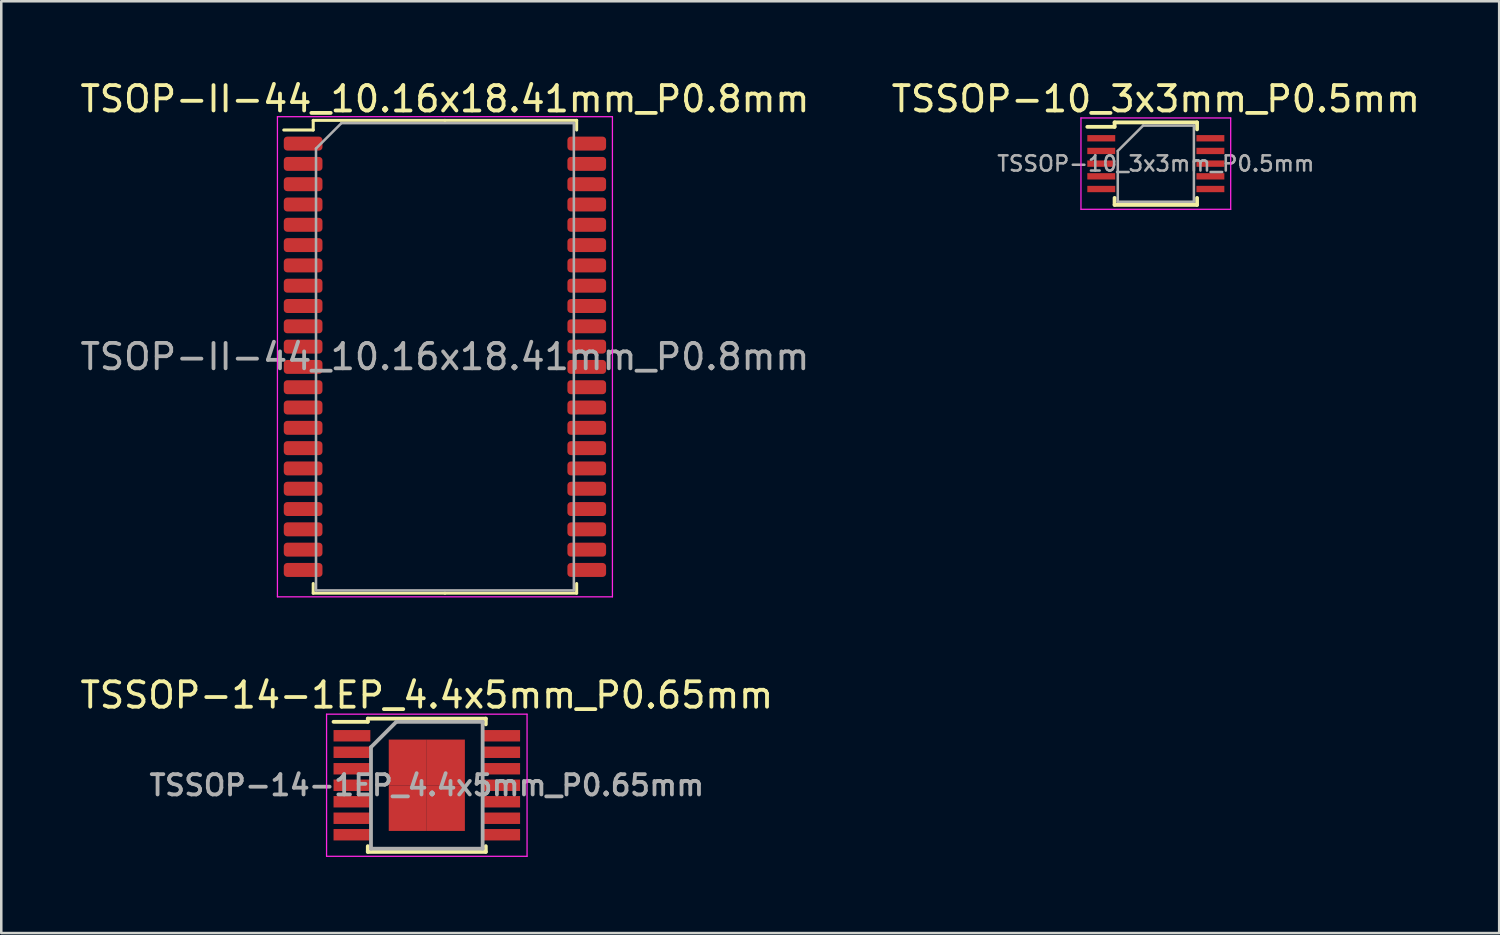
<source format=kicad_pcb>
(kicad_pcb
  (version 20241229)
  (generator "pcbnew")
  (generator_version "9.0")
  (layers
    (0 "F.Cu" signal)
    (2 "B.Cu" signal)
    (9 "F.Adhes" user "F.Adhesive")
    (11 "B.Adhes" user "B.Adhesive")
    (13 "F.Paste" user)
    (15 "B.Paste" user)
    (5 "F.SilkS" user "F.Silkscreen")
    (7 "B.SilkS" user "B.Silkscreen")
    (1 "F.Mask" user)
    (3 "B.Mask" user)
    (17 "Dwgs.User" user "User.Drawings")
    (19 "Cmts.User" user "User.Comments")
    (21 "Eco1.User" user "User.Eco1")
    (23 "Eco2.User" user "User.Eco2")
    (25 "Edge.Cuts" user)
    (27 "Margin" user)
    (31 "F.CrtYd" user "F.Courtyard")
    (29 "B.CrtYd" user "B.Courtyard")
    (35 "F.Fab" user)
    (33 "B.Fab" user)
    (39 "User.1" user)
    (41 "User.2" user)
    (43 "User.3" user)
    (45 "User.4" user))
  (footprint "TSSOP-10_3x3mm_P0.5mm"
    (layer "F.Cu")
    (at 42.494 3.398)
    (property "Reference" "TSSOP-10_3x3mm_P0.5mm" (at 0 -2.55 0) (layer "F.SilkS") (effects (font (size 1 1) (thickness 0.15))))
    (attr smd)
    (fp_line (start -1.625 -1.625) (end -1.625 -1.45) (stroke (width 0.15) (type solid)) (layer "F.SilkS"))
    (fp_line (start -1.625 -1.625) (end 1.625 -1.625) (stroke (width 0.15) (type solid)) (layer "F.SilkS"))
    (fp_line (start -1.625 -1.45) (end -2.7 -1.45) (stroke (width 0.15) (type solid)) (layer "F.SilkS"))
    (fp_line (start -1.625 1.625) (end -1.625 1.35) (stroke (width 0.15) (type solid)) (layer "F.SilkS"))
    (fp_line (start -1.625 1.625) (end 1.625 1.625) (stroke (width 0.15) (type solid)) (layer "F.SilkS"))
    (fp_line (start 1.625 -1.625) (end 1.625 -1.35) (stroke (width 0.15) (type solid)) (layer "F.SilkS"))
    (fp_line (start 1.625 1.625) (end 1.625 1.35) (stroke (width 0.15) (type solid)) (layer "F.SilkS"))
    (fp_line (start -2.95 -1.8) (end -2.95 1.8) (stroke (width 0.05) (type solid)) (layer "F.CrtYd"))
    (fp_line (start -2.95 -1.8) (end 2.95 -1.8) (stroke (width 0.05) (type solid)) (layer "F.CrtYd"))
    (fp_line (start -2.95 1.8) (end 2.95 1.8) (stroke (width 0.05) (type solid)) (layer "F.CrtYd"))
    (fp_line (start 2.95 -1.8) (end 2.95 1.8) (stroke (width 0.05) (type solid)) (layer "F.CrtYd"))
    (fp_line (start -1.5 -0.5) (end -0.5 -1.5) (stroke (width 0.1) (type solid)) (layer "F.Fab"))
    (fp_line (start -1.5 1.5) (end -1.5 -0.5) (stroke (width 0.1) (type solid)) (layer "F.Fab"))
    (fp_line (start -0.5 -1.5) (end 1.5 -1.5) (stroke (width 0.1) (type solid)) (layer "F.Fab"))
    (fp_line (start 1.5 -1.5) (end 1.5 1.5) (stroke (width 0.1) (type solid)) (layer "F.Fab"))
    (fp_line (start 1.5 1.5) (end -1.5 1.5) (stroke (width 0.1) (type solid)) (layer "F.Fab"))
    (fp_text user "${REFERENCE}" (at 0 0 0) (layer "F.Fab") (effects (font (size 0.6 0.6) (thickness 0.1))))
    (pad "1" smd rect (at -2.15 -1) (size 1.1 0.25) (layers "F.Cu" "F.Mask" "F.Paste"))
    (pad "2" smd rect (at -2.15 -0.5) (size 1.1 0.25) (layers "F.Cu" "F.Mask" "F.Paste"))
    (pad "3" smd rect (at -2.15 0) (size 1.1 0.25) (layers "F.Cu" "F.Mask" "F.Paste"))
    (pad "4" smd rect (at -2.15 0.5) (size 1.1 0.25) (layers "F.Cu" "F.Mask" "F.Paste"))
    (pad "5" smd rect (at -2.15 1) (size 1.1 0.25) (layers "F.Cu" "F.Mask" "F.Paste"))
    (pad "6" smd rect (at 2.15 1) (size 1.1 0.25) (layers "F.Cu" "F.Mask" "F.Paste"))
    (pad "7" smd rect (at 2.15 0.5) (size 1.1 0.25) (layers "F.Cu" "F.Mask" "F.Paste"))
    (pad "8" smd rect (at 2.15 0) (size 1.1 0.25) (layers "F.Cu" "F.Mask" "F.Paste"))
    (pad "9" smd rect (at 2.15 -0.5) (size 1.1 0.25) (layers "F.Cu" "F.Mask" "F.Paste"))
    (pad "10" smd rect (at 2.15 -1) (size 1.1 0.25) (layers "F.Cu" "F.Mask" "F.Paste")))
  (footprint "TSSOP-14-1EP_4.4x5mm_P0.65mm"
    (layer "F.Cu")
    (at 13.768 27.892)
    (property "Reference" "TSSOP-14-1EP_4.4x5mm_P0.65mm" (at 0 -3.55 0) (layer "F.SilkS") (effects (font (size 1 1) (thickness 0.15))))
    (attr smd)
    (fp_line (start -2.325 -2.625) (end -2.325 -2.5) (stroke (width 0.15) (type solid)) (layer "F.SilkS"))
    (fp_line (start -2.325 -2.625) (end 2.325 -2.625) (stroke (width 0.15) (type solid)) (layer "F.SilkS"))
    (fp_line (start -2.325 -2.5) (end -3.675 -2.5) (stroke (width 0.15) (type solid)) (layer "F.SilkS"))
    (fp_line (start -2.325 2.625) (end -2.325 2.4) (stroke (width 0.15) (type solid)) (layer "F.SilkS"))
    (fp_line (start -2.325 2.625) (end 2.325 2.625) (stroke (width 0.15) (type solid)) (layer "F.SilkS"))
    (fp_line (start 2.325 -2.625) (end 2.325 -2.4) (stroke (width 0.15) (type solid)) (layer "F.SilkS"))
    (fp_line (start 2.325 2.625) (end 2.325 2.4) (stroke (width 0.15) (type solid)) (layer "F.SilkS"))
    (fp_line (start -3.95 -2.8) (end -3.95 2.8) (stroke (width 0.05) (type solid)) (layer "F.CrtYd"))
    (fp_line (start -3.95 -2.8) (end 3.95 -2.8) (stroke (width 0.05) (type solid)) (layer "F.CrtYd"))
    (fp_line (start -3.95 2.8) (end 3.95 2.8) (stroke (width 0.05) (type solid)) (layer "F.CrtYd"))
    (fp_line (start 3.95 -2.8) (end 3.95 2.8) (stroke (width 0.05) (type solid)) (layer "F.CrtYd"))
    (fp_line (start -2.2 -1.5) (end -1.2 -2.5) (stroke (width 0.15) (type solid)) (layer "F.Fab"))
    (fp_line (start -2.2 2.5) (end -2.2 -1.5) (stroke (width 0.15) (type solid)) (layer "F.Fab"))
    (fp_line (start -1.2 -2.5) (end 2.2 -2.5) (stroke (width 0.15) (type solid)) (layer "F.Fab"))
    (fp_line (start 2.2 -2.5) (end 2.2 2.5) (stroke (width 0.15) (type solid)) (layer "F.Fab"))
    (fp_line (start 2.2 2.5) (end -2.2 2.5) (stroke (width 0.15) (type solid)) (layer "F.Fab"))
    (fp_text user "${REFERENCE}" (at 0 0 0) (layer "F.Fab") (effects (font (size 0.8 0.8) (thickness 0.15))))
    (pad "1" smd rect (at -2.95 -1.95) (size 1.45 0.45) (layers "F.Cu" "F.Mask" "F.Paste"))
    (pad "2" smd rect (at -2.95 -1.3) (size 1.45 0.45) (layers "F.Cu" "F.Mask" "F.Paste"))
    (pad "3" smd rect (at -2.95 -0.65) (size 1.45 0.45) (layers "F.Cu" "F.Mask" "F.Paste"))
    (pad "4" smd rect (at -2.95 0) (size 1.45 0.45) (layers "F.Cu" "F.Mask" "F.Paste"))
    (pad "5" smd rect (at -2.95 0.65) (size 1.45 0.45) (layers "F.Cu" "F.Mask" "F.Paste"))
    (pad "6" smd rect (at -2.95 1.3) (size 1.45 0.45) (layers "F.Cu" "F.Mask" "F.Paste"))
    (pad "7" smd rect (at -2.95 1.95) (size 1.45 0.45) (layers "F.Cu" "F.Mask" "F.Paste"))
    (pad "8" smd rect (at 2.95 1.95) (size 1.45 0.45) (layers "F.Cu" "F.Mask" "F.Paste"))
    (pad "9" smd rect (at 2.95 1.3) (size 1.45 0.45) (layers "F.Cu" "F.Mask" "F.Paste"))
    (pad "10" smd rect (at 2.95 0.65) (size 1.45 0.45) (layers "F.Cu" "F.Mask" "F.Paste"))
    (pad "11" smd rect (at 2.95 0) (size 1.45 0.45) (layers "F.Cu" "F.Mask" "F.Paste"))
    (pad "12" smd rect (at 2.95 -0.65) (size 1.45 0.45) (layers "F.Cu" "F.Mask" "F.Paste"))
    (pad "13" smd rect (at 2.95 -1.3) (size 1.45 0.45) (layers "F.Cu" "F.Mask" "F.Paste"))
    (pad "14" smd rect (at 2.95 -1.95) (size 1.45 0.45) (layers "F.Cu" "F.Mask" "F.Paste"))
    (pad "15" smd rect (at -0.75 -0.9) (size 1.5 1.8) (layers "F.Cu" "F.Mask" "F.Paste"))
    (pad "15" smd rect (at -0.75 0.9) (size 1.5 1.8) (layers "F.Cu" "F.Mask" "F.Paste"))
    (pad "15" smd rect (at 0.75 -0.9) (size 1.5 1.8) (layers "F.Cu" "F.Mask" "F.Paste"))
    (pad "15" smd rect (at 0.75 0.9) (size 1.5 1.8) (layers "F.Cu" "F.Mask" "F.Paste")))
  (footprint "TSOP-II-44_10.16x18.41mm_P0.8mm"
    (layer "F.Cu")
    (at 14.482 11.008)
    (property "Reference" "TSOP-II-44_10.16x18.41mm_P0.8mm" (at 0 -10.16 0) (layer "F.SilkS") (effects (font (size 1 1) (thickness 0.15))))
    (attr smd)
    (fp_line (start -5.19 -9.315) (end -5.19 -8.935) (stroke (width 0.12) (type solid)) (layer "F.SilkS"))
    (fp_line (start -5.19 -8.935) (end -6.35 -8.935) (stroke (width 0.12) (type solid)) (layer "F.SilkS"))
    (fp_line (start -5.19 9.315) (end -5.19 8.935) (stroke (width 0.12) (type solid)) (layer "F.SilkS"))
    (fp_line (start 0 -9.315) (end -5.19 -9.315) (stroke (width 0.12) (type solid)) (layer "F.SilkS"))
    (fp_line (start 0 -9.315) (end 5.19 -9.315) (stroke (width 0.12) (type solid)) (layer "F.SilkS"))
    (fp_line (start 0 9.315) (end -5.19 9.315) (stroke (width 0.12) (type solid)) (layer "F.SilkS"))
    (fp_line (start 0 9.315) (end 5.19 9.315) (stroke (width 0.12) (type solid)) (layer "F.SilkS"))
    (fp_line (start 5.19 -9.315) (end 5.19 -8.935) (stroke (width 0.12) (type solid)) (layer "F.SilkS"))
    (fp_line (start 5.19 9.315) (end 5.19 8.935) (stroke (width 0.12) (type solid)) (layer "F.SilkS"))
    (fp_line (start -6.6 -9.46) (end -6.6 9.46) (stroke (width 0.05) (type solid)) (layer "F.CrtYd"))
    (fp_line (start -6.6 9.46) (end 6.6 9.46) (stroke (width 0.05) (type solid)) (layer "F.CrtYd"))
    (fp_line (start 6.6 -9.46) (end -6.6 -9.46) (stroke (width 0.05) (type solid)) (layer "F.CrtYd"))
    (fp_line (start 6.6 9.46) (end 6.6 -9.46) (stroke (width 0.05) (type solid)) (layer "F.CrtYd"))
    (fp_line (start -5.08 -8.205) (end -4.08 -9.205) (stroke (width 0.1) (type solid)) (layer "F.Fab"))
    (fp_line (start -5.08 9.205) (end -5.08 -8.205) (stroke (width 0.1) (type solid)) (layer "F.Fab"))
    (fp_line (start -4.08 -9.205) (end 5.08 -9.205) (stroke (width 0.1) (type solid)) (layer "F.Fab"))
    (fp_line (start 5.08 -9.205) (end 5.08 9.205) (stroke (width 0.1) (type solid)) (layer "F.Fab"))
    (fp_line (start 5.08 9.205) (end -5.08 9.205) (stroke (width 0.1) (type solid)) (layer "F.Fab"))
    (fp_text user "${REFERENCE}" (at 0 0 0) (layer "F.Fab") (effects (font (size 1 1) (thickness 0.15))))
    (pad "1" smd roundrect (at -5.588 -8.4) (size 1.525 0.55) (layers "F.Cu" "F.Mask" "F.Paste") (roundrect_rratio 0.25))
    (pad "2" smd roundrect (at -5.588 -7.6) (size 1.525 0.55) (layers "F.Cu" "F.Mask" "F.Paste") (roundrect_rratio 0.25))
    (pad "3" smd roundrect (at -5.588 -6.8) (size 1.525 0.55) (layers "F.Cu" "F.Mask" "F.Paste") (roundrect_rratio 0.25))
    (pad "4" smd roundrect (at -5.588 -6) (size 1.525 0.55) (layers "F.Cu" "F.Mask" "F.Paste") (roundrect_rratio 0.25))
    (pad "5" smd roundrect (at -5.588 -5.2) (size 1.525 0.55) (layers "F.Cu" "F.Mask" "F.Paste") (roundrect_rratio 0.25))
    (pad "6" smd roundrect (at -5.588 -4.4) (size 1.525 0.55) (layers "F.Cu" "F.Mask" "F.Paste") (roundrect_rratio 0.25))
    (pad "7" smd roundrect (at -5.588 -3.6) (size 1.525 0.55) (layers "F.Cu" "F.Mask" "F.Paste") (roundrect_rratio 0.25))
    (pad "8" smd roundrect (at -5.588 -2.8) (size 1.525 0.55) (layers "F.Cu" "F.Mask" "F.Paste") (roundrect_rratio 0.25))
    (pad "9" smd roundrect (at -5.588 -2) (size 1.525 0.55) (layers "F.Cu" "F.Mask" "F.Paste") (roundrect_rratio 0.25))
    (pad "10" smd roundrect (at -5.588 -1.2) (size 1.525 0.55) (layers "F.Cu" "F.Mask" "F.Paste") (roundrect_rratio 0.25))
    (pad "11" smd roundrect (at -5.588 -0.4) (size 1.525 0.55) (layers "F.Cu" "F.Mask" "F.Paste") (roundrect_rratio 0.25))
    (pad "12" smd roundrect (at -5.588 0.4) (size 1.525 0.55) (layers "F.Cu" "F.Mask" "F.Paste") (roundrect_rratio 0.25))
    (pad "13" smd roundrect (at -5.588 1.2) (size 1.525 0.55) (layers "F.Cu" "F.Mask" "F.Paste") (roundrect_rratio 0.25))
    (pad "14" smd roundrect (at -5.588 2) (size 1.525 0.55) (layers "F.Cu" "F.Mask" "F.Paste") (roundrect_rratio 0.25))
    (pad "15" smd roundrect (at -5.588 2.8) (size 1.525 0.55) (layers "F.Cu" "F.Mask" "F.Paste") (roundrect_rratio 0.25))
    (pad "16" smd roundrect (at -5.588 3.6) (size 1.525 0.55) (layers "F.Cu" "F.Mask" "F.Paste") (roundrect_rratio 0.25))
    (pad "17" smd roundrect (at -5.588 4.4) (size 1.525 0.55) (layers "F.Cu" "F.Mask" "F.Paste") (roundrect_rratio 0.25))
    (pad "18" smd roundrect (at -5.588 5.2) (size 1.525 0.55) (layers "F.Cu" "F.Mask" "F.Paste") (roundrect_rratio 0.25))
    (pad "19" smd roundrect (at -5.588 6) (size 1.525 0.55) (layers "F.Cu" "F.Mask" "F.Paste") (roundrect_rratio 0.25))
    (pad "20" smd roundrect (at -5.588 6.8) (size 1.525 0.55) (layers "F.Cu" "F.Mask" "F.Paste") (roundrect_rratio 0.25))
    (pad "21" smd roundrect (at -5.588 7.6) (size 1.525 0.55) (layers "F.Cu" "F.Mask" "F.Paste") (roundrect_rratio 0.25))
    (pad "22" smd roundrect (at -5.588 8.4) (size 1.525 0.55) (layers "F.Cu" "F.Mask" "F.Paste") (roundrect_rratio 0.25))
    (pad "23" smd roundrect (at 5.588 8.4) (size 1.525 0.55) (layers "F.Cu" "F.Mask" "F.Paste") (roundrect_rratio 0.25))
    (pad "24" smd roundrect (at 5.588 7.6) (size 1.525 0.55) (layers "F.Cu" "F.Mask" "F.Paste") (roundrect_rratio 0.25))
    (pad "25" smd roundrect (at 5.588 6.8) (size 1.525 0.55) (layers "F.Cu" "F.Mask" "F.Paste") (roundrect_rratio 0.25))
    (pad "26" smd roundrect (at 5.588 6) (size 1.525 0.55) (layers "F.Cu" "F.Mask" "F.Paste") (roundrect_rratio 0.25))
    (pad "27" smd roundrect (at 5.588 5.2) (size 1.525 0.55) (layers "F.Cu" "F.Mask" "F.Paste") (roundrect_rratio 0.25))
    (pad "28" smd roundrect (at 5.588 4.4) (size 1.525 0.55) (layers "F.Cu" "F.Mask" "F.Paste") (roundrect_rratio 0.25))
    (pad "29" smd roundrect (at 5.588 3.6) (size 1.525 0.55) (layers "F.Cu" "F.Mask" "F.Paste") (roundrect_rratio 0.25))
    (pad "30" smd roundrect (at 5.588 2.8) (size 1.525 0.55) (layers "F.Cu" "F.Mask" "F.Paste") (roundrect_rratio 0.25))
    (pad "31" smd roundrect (at 5.588 2) (size 1.525 0.55) (layers "F.Cu" "F.Mask" "F.Paste") (roundrect_rratio 0.25))
    (pad "32" smd roundrect (at 5.588 1.2) (size 1.525 0.55) (layers "F.Cu" "F.Mask" "F.Paste") (roundrect_rratio 0.25))
    (pad "33" smd roundrect (at 5.588 0.4) (size 1.525 0.55) (layers "F.Cu" "F.Mask" "F.Paste") (roundrect_rratio 0.25))
    (pad "34" smd roundrect (at 5.588 -0.4) (size 1.525 0.55) (layers "F.Cu" "F.Mask" "F.Paste") (roundrect_rratio 0.25))
    (pad "35" smd roundrect (at 5.588 -1.2) (size 1.525 0.55) (layers "F.Cu" "F.Mask" "F.Paste") (roundrect_rratio 0.25))
    (pad "36" smd roundrect (at 5.588 -2) (size 1.525 0.55) (layers "F.Cu" "F.Mask" "F.Paste") (roundrect_rratio 0.25))
    (pad "37" smd roundrect (at 5.588 -2.8) (size 1.525 0.55) (layers "F.Cu" "F.Mask" "F.Paste") (roundrect_rratio 0.25))
    (pad "38" smd roundrect (at 5.588 -3.6) (size 1.525 0.55) (layers "F.Cu" "F.Mask" "F.Paste") (roundrect_rratio 0.25))
    (pad "39" smd roundrect (at 5.588 -4.4) (size 1.525 0.55) (layers "F.Cu" "F.Mask" "F.Paste") (roundrect_rratio 0.25))
    (pad "40" smd roundrect (at 5.588 -5.2) (size 1.525 0.55) (layers "F.Cu" "F.Mask" "F.Paste") (roundrect_rratio 0.25))
    (pad "41" smd roundrect (at 5.588 -6) (size 1.525 0.55) (layers "F.Cu" "F.Mask" "F.Paste") (roundrect_rratio 0.25))
    (pad "42" smd roundrect (at 5.588 -6.8) (size 1.525 0.55) (layers "F.Cu" "F.Mask" "F.Paste") (roundrect_rratio 0.25))
    (pad "43" smd roundrect (at 5.588 -7.6) (size 1.525 0.55) (layers "F.Cu" "F.Mask" "F.Paste") (roundrect_rratio 0.25))
    (pad "44" smd roundrect (at 5.588 -8.4) (size 1.525 0.55) (layers "F.Cu" "F.Mask" "F.Paste") (roundrect_rratio 0.25)))
  (gr_rect
    (start -3 -3)
    (end 56.024 33.717)
    (stroke (width 0.1) (type default))
    (fill no)
    (layer "Edge.Cuts")))
</source>
